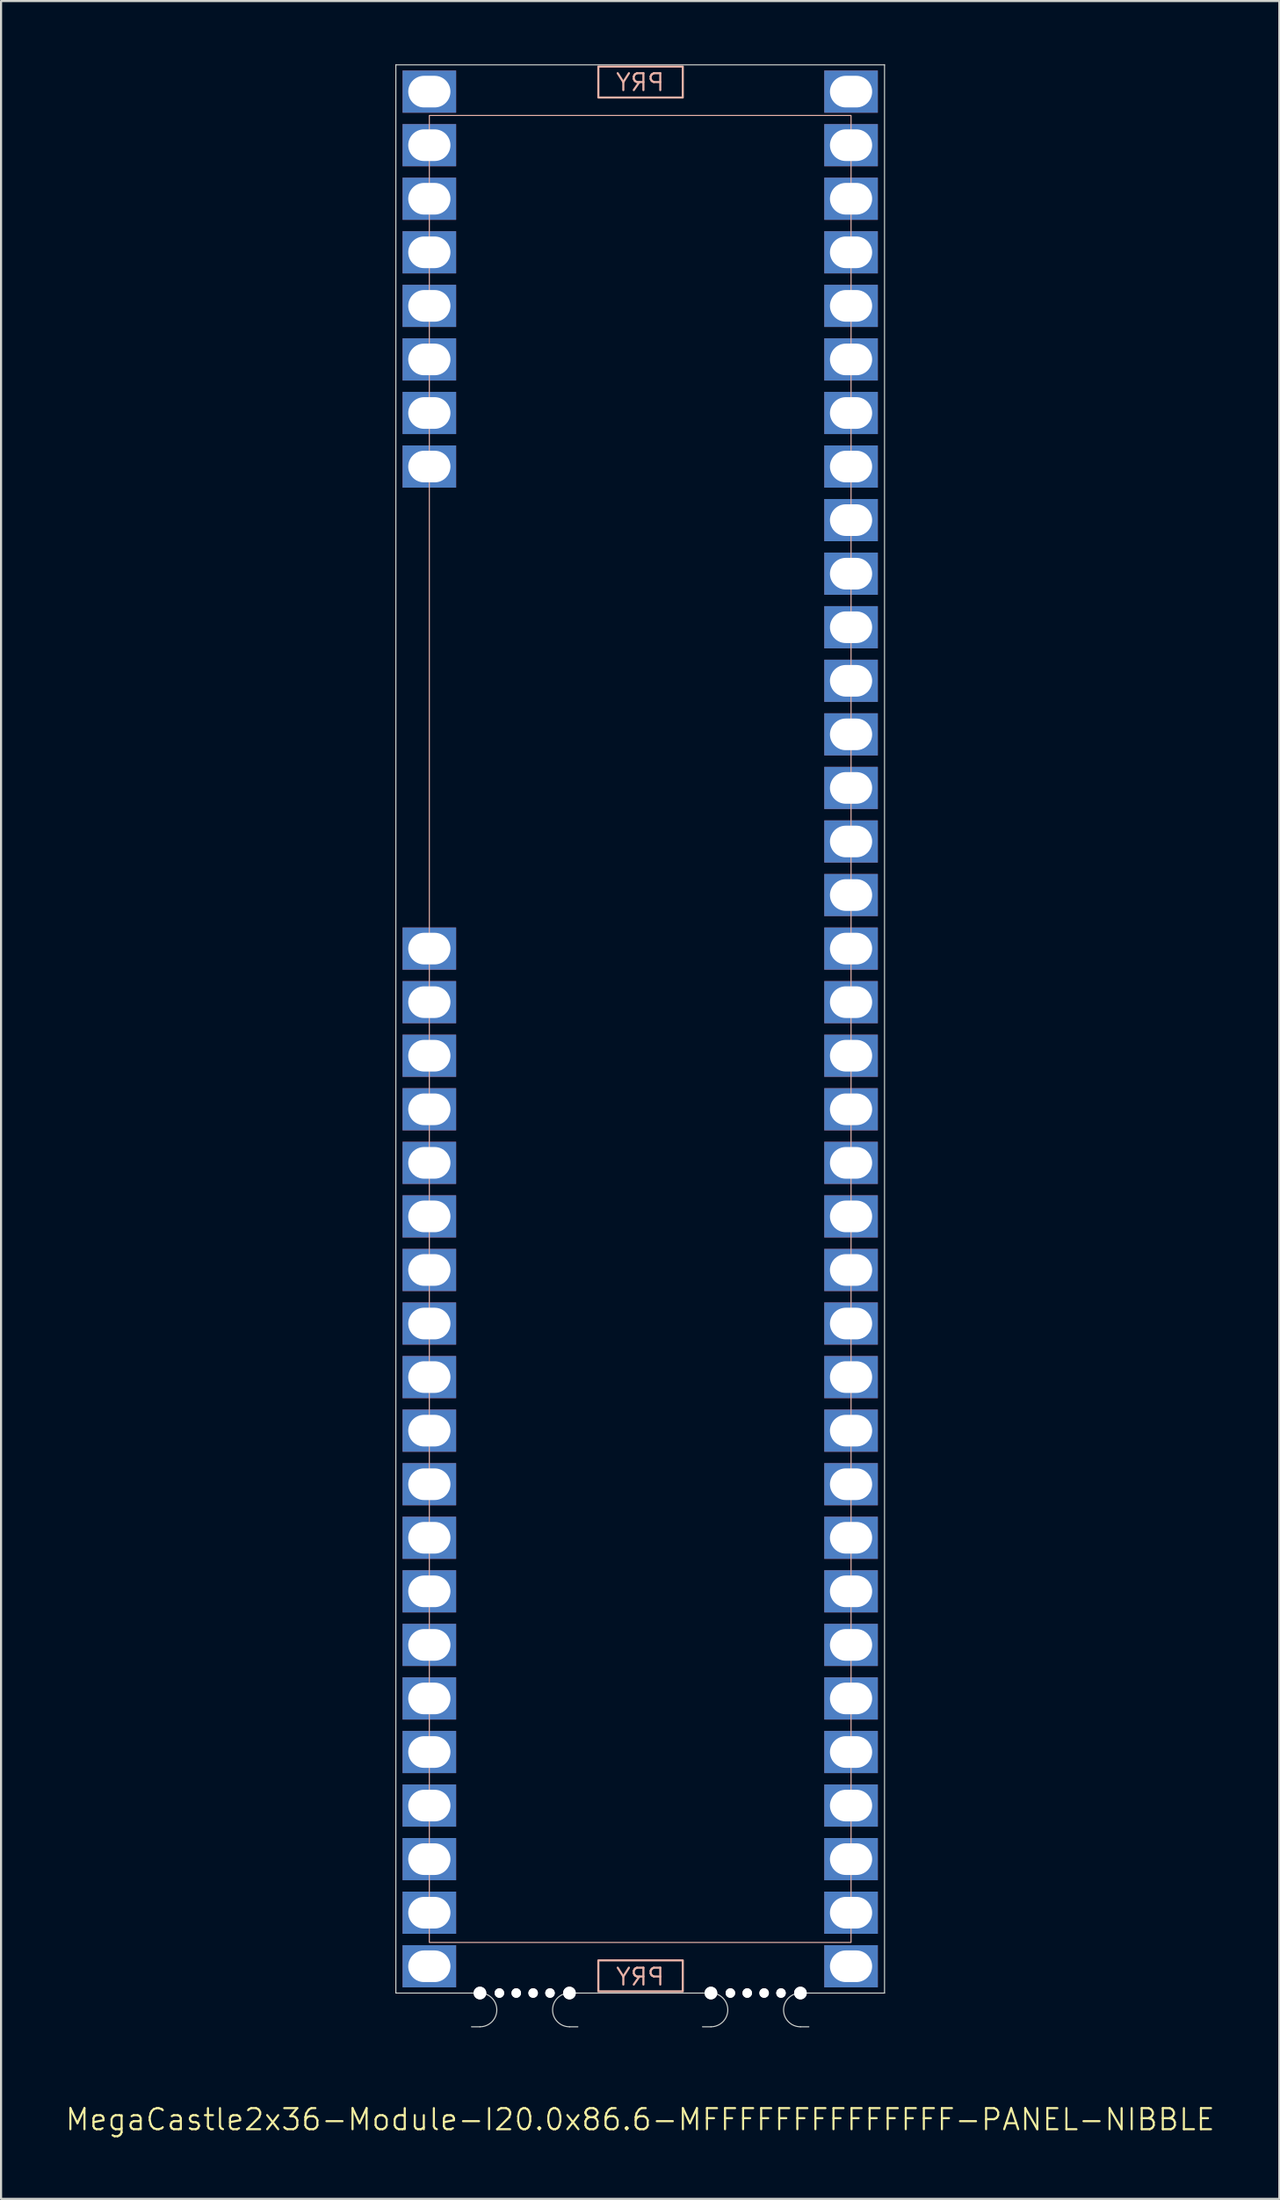
<source format=kicad_pcb>
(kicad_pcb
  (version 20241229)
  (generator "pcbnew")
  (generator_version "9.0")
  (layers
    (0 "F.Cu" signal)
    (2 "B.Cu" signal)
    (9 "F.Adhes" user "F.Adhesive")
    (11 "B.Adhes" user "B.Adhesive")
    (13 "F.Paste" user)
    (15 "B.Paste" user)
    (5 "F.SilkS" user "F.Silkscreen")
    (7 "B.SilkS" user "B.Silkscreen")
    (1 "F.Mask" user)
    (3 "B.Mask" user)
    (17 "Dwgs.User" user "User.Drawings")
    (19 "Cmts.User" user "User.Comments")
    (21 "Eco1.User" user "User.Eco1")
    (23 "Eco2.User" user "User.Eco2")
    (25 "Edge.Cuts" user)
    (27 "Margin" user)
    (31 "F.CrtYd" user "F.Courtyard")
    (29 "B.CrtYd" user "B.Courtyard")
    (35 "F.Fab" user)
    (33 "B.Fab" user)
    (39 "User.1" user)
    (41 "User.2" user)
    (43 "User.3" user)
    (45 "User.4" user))
  (footprint "MegaCastle2x36-Module-I20.0x86.6-MFFFFFFFFFFFFFF-PANEL-NIBBLE"
    (layer "F.Cu")
    (at 27.312 45.745)
    (property "Reference" "MegaCastle2x36-Module-I20.0x86.6-MFFFFFFFFFFFFFF-PANEL-NIBBLE" (at 0 51.72 0) (unlocked yes) (layer "F.SilkS") (effects (font (size 1 1) (thickness 0.1))))
    (attr smd)
    (fp_rect (start -10 43.32) (end 10 -43.32) (stroke (width 0.05) (type default)) (fill no) (layer "B.SilkS"))
    (fp_rect (start -1.984 -44.171) (end 2.02 -45.64) (stroke (width 0.1) (type default)) (fill no) (layer "B.SilkS"))
    (fp_rect (start -1.984 44.171) (end 2.02 45.64) (stroke (width 0.1) (type default)) (fill no) (layer "B.SilkS"))
    (fp_line (start -11.588 -45.72) (end -11.588 45.72) (stroke (width 0.05) (type default)) (layer "Edge.Cuts"))
    (fp_line (start -11.588 -45.72) (end 11.588 -45.72) (stroke (width 0.05) (type default)) (layer "Edge.Cuts"))
    (fp_line (start -11.588 45.72) (end -8 45.72) (stroke (width 0.05) (type default)) (layer "Edge.Cuts"))
    (fp_line (start -8 45.72) (end -7.6 45.72) (stroke (width 0.05) (type default)) (layer "Edge.Cuts"))
    (fp_line (start -8 47.32) (end -7.6 47.32) (stroke (width 0.05) (type default)) (layer "Edge.Cuts"))
    (fp_line (start -2.955 45.72) (end -3.355 45.72) (stroke (width 0.05) (type default)) (layer "Edge.Cuts"))
    (fp_line (start -2.955 45.72) (end 2.955 45.72) (stroke (width 0.05) (type default)) (layer "Edge.Cuts"))
    (fp_line (start -2.955 47.32) (end -3.355 47.32) (stroke (width 0.05) (type default)) (layer "Edge.Cuts"))
    (fp_line (start 2.955 45.72) (end 3.355 45.72) (stroke (width 0.05) (type default)) (layer "Edge.Cuts"))
    (fp_line (start 2.955 47.32) (end 3.355 47.32) (stroke (width 0.05) (type default)) (layer "Edge.Cuts"))
    (fp_line (start 8 45.72) (end 7.6 45.72) (stroke (width 0.05) (type default)) (layer "Edge.Cuts"))
    (fp_line (start 8 45.72) (end 11.588 45.72) (stroke (width 0.05) (type default)) (layer "Edge.Cuts"))
    (fp_line (start 8 47.32) (end 7.6 47.32) (stroke (width 0.05) (type default)) (layer "Edge.Cuts"))
    (fp_line (start 11.588 -45.72) (end 11.588 45.72) (stroke (width 0.05) (type default)) (layer "Edge.Cuts"))
    (fp_arc (start -7.6 45.720001) (mid -6.8 46.52) (end -7.6 47.32) (stroke (width 0.05) (type default)) (layer "Edge.Cuts"))
    (fp_arc (start -3.355 47.32) (mid -4.155 46.520001) (end -3.355 45.720001) (stroke (width 0.05) (type default)) (layer "Edge.Cuts"))
    (fp_arc (start 3.355 45.720001) (mid 4.155 46.52) (end 3.355 47.32) (stroke (width 0.05) (type default)) (layer "Edge.Cuts"))
    (fp_arc (start 7.6 47.32) (mid 6.8 46.52) (end 7.6 45.720001) (stroke (width 0.05) (type default)) (layer "Edge.Cuts"))
    (fp_text user "PRY" (at 0 -44.42 0) (unlocked yes) (layer "B.SilkS") (effects (font (size 0.8 0.8) (thickness 0.1)) (justify bottom mirror)))
    (fp_text user "PRY" (at 0 45.42 0) (unlocked yes) (layer "B.SilkS") (effects (font (size 0.8 0.8) (thickness 0.1)) (justify bottom mirror)))
    (pad "" np_thru_hole circle (at -7.6 45.72) (size 0.6 0.6) (drill 0.6) (layers "*.Cu" "Edge.Cuts"))
    (pad "" np_thru_hole circle (at -6.678 45.72) (size 0.45 0.45) (drill 0.45) (layers "*.Cu" "Edge.Cuts"))
    (pad "" np_thru_hole circle (at -5.878 45.72) (size 0.45 0.45) (drill 0.45) (layers "*.Cu" "Edge.Cuts"))
    (pad "" np_thru_hole circle (at -5.077 45.72) (size 0.45 0.45) (drill 0.45) (layers "*.Cu" "Edge.Cuts"))
    (pad "" np_thru_hole circle (at -4.277 45.72) (size 0.45 0.45) (drill 0.45) (layers "*.Cu" "Edge.Cuts"))
    (pad "" np_thru_hole circle (at -3.355 45.72) (size 0.6 0.6) (drill 0.6) (layers "*.Cu" "Edge.Cuts"))
    (pad "" np_thru_hole circle (at 3.355 45.72) (size 0.6 0.6) (drill 0.6) (layers "*.Cu" "Edge.Cuts"))
    (pad "" np_thru_hole circle (at 4.277 45.72) (size 0.45 0.45) (drill 0.45) (layers "*.Cu" "Edge.Cuts"))
    (pad "" np_thru_hole circle (at 5.077 45.72) (size 0.45 0.45) (drill 0.45) (layers "*.Cu" "Edge.Cuts"))
    (pad "" np_thru_hole circle (at 5.878 45.72) (size 0.45 0.45) (drill 0.45) (layers "*.Cu" "Edge.Cuts"))
    (pad "" np_thru_hole circle (at 6.678 45.72) (size 0.45 0.45) (drill 0.45) (layers "*.Cu" "Edge.Cuts"))
    (pad "" np_thru_hole circle (at 7.6 45.72) (size 0.6 0.6) (drill 0.6) (layers "*.Cu" "Edge.Cuts"))
    (pad "1" thru_hole rect (at -10 -44.45) (size 2.54 2) (drill oval 2 1.5) (property pad_prop_castellated) (layers "*.Cu" "*.Mask"))
    (pad "2" thru_hole rect (at -10 -41.91) (size 2.54 2) (drill oval 2 1.5) (property pad_prop_castellated) (layers "*.Cu" "*.Mask"))
    (pad "3" thru_hole rect (at -10 -39.37) (size 2.54 2) (drill oval 2 1.5) (property pad_prop_castellated) (layers "*.Cu" "*.Mask"))
    (pad "4" thru_hole rect (at -10 -36.83) (size 2.54 2) (drill oval 2 1.5) (property pad_prop_castellated) (layers "*.Cu" "*.Mask"))
    (pad "5" thru_hole rect (at -10 -34.29) (size 2.54 2) (drill oval 2 1.5) (property pad_prop_castellated) (layers "*.Cu" "*.Mask"))
    (pad "6" thru_hole rect (at -10 -31.75) (size 2.54 2) (drill oval 2 1.5) (property pad_prop_castellated) (layers "*.Cu" "*.Mask"))
    (pad "7" thru_hole rect (at -10 -29.21) (size 2.54 2) (drill oval 2 1.5) (property pad_prop_castellated) (layers "*.Cu" "*.Mask"))
    (pad "8" thru_hole rect (at -10 -26.67) (size 2.54 2) (drill oval 2 1.5) (property pad_prop_castellated) (layers "*.Cu" "*.Mask"))
    (pad "17" thru_hole rect (at -10 -3.81) (size 2.54 2) (drill oval 2 1.5) (property pad_prop_castellated) (layers "*.Cu" "*.Mask"))
    (pad "18" thru_hole rect (at -10 -1.27) (size 2.54 2) (drill oval 2 1.5) (property pad_prop_castellated) (layers "*.Cu" "*.Mask"))
    (pad "19" thru_hole rect (at -10 1.27) (size 2.54 2) (drill oval 2 1.5) (property pad_prop_castellated) (layers "*.Cu" "*.Mask"))
    (pad "20" thru_hole rect (at -10 3.81) (size 2.54 2) (drill oval 2 1.5) (property pad_prop_castellated) (layers "*.Cu" "*.Mask"))
    (pad "21" thru_hole rect (at -10 6.35) (size 2.54 2) (drill oval 2 1.5) (property pad_prop_castellated) (layers "*.Cu" "*.Mask"))
    (pad "22" thru_hole rect (at -10 8.89) (size 2.54 2) (drill oval 2 1.5) (property pad_prop_castellated) (layers "*.Cu" "*.Mask"))
    (pad "23" thru_hole rect (at -10 11.43) (size 2.54 2) (drill oval 2 1.5) (property pad_prop_castellated) (layers "*.Cu" "*.Mask"))
    (pad "24" thru_hole rect (at -10 13.97) (size 2.54 2) (drill oval 2 1.5) (property pad_prop_castellated) (layers "*.Cu" "*.Mask"))
    (pad "25" thru_hole rect (at -10 16.51) (size 2.54 2) (drill oval 2 1.5) (property pad_prop_castellated) (layers "*.Cu" "*.Mask"))
    (pad "26" thru_hole rect (at -10 19.05) (size 2.54 2) (drill oval 2 1.5) (property pad_prop_castellated) (layers "*.Cu" "*.Mask"))
    (pad "27" thru_hole rect (at -10 21.59) (size 2.54 2) (drill oval 2 1.5) (property pad_prop_castellated) (layers "*.Cu" "*.Mask"))
    (pad "28" thru_hole rect (at -10 24.13) (size 2.54 2) (drill oval 2 1.5) (property pad_prop_castellated) (layers "*.Cu" "*.Mask"))
    (pad "29" thru_hole rect (at -10 26.67) (size 2.54 2) (drill oval 2 1.5) (property pad_prop_castellated) (layers "*.Cu" "*.Mask"))
    (pad "30" thru_hole rect (at -10 29.21) (size 2.54 2) (drill oval 2 1.5) (property pad_prop_castellated) (layers "*.Cu" "*.Mask"))
    (pad "31" thru_hole rect (at -10 31.75) (size 2.54 2) (drill oval 2 1.5) (property pad_prop_castellated) (layers "*.Cu" "*.Mask"))
    (pad "32" thru_hole rect (at -10 34.29) (size 2.54 2) (drill oval 2 1.5) (property pad_prop_castellated) (layers "*.Cu" "*.Mask"))
    (pad "33" thru_hole rect (at -10 36.83) (size 2.54 2) (drill oval 2 1.5) (property pad_prop_castellated) (layers "*.Cu" "*.Mask"))
    (pad "34" thru_hole rect (at -10 39.37) (size 2.54 2) (drill oval 2 1.5) (property pad_prop_castellated) (layers "*.Cu" "*.Mask"))
    (pad "35" thru_hole rect (at -10 41.91) (size 2.54 2) (drill oval 2 1.5) (property pad_prop_castellated) (layers "*.Cu" "*.Mask"))
    (pad "36" thru_hole rect (at -10 44.45) (size 2.54 2) (drill oval 2 1.5) (property pad_prop_castellated) (layers "*.Cu" "*.Mask"))
    (pad "37" thru_hole rect (at 10 -44.45) (size 2.54 2) (drill oval 2 1.5) (property pad_prop_castellated) (layers "*.Cu" "*.Mask"))
    (pad "38" thru_hole rect (at 10 -41.91) (size 2.54 2) (drill oval 2 1.5) (property pad_prop_castellated) (layers "*.Cu" "*.Mask"))
    (pad "39" thru_hole rect (at 10 -39.37) (size 2.54 2) (drill oval 2 1.5) (property pad_prop_castellated) (layers "*.Cu" "*.Mask"))
    (pad "40" thru_hole rect (at 10 -36.83) (size 2.54 2) (drill oval 2 1.5) (property pad_prop_castellated) (layers "*.Cu" "*.Mask"))
    (pad "41" thru_hole rect (at 10 -34.29) (size 2.54 2) (drill oval 2 1.5) (property pad_prop_castellated) (layers "*.Cu" "*.Mask"))
    (pad "42" thru_hole rect (at 10 -31.75) (size 2.54 2) (drill oval 2 1.5) (property pad_prop_castellated) (layers "*.Cu" "*.Mask"))
    (pad "43" thru_hole rect (at 10 -29.21) (size 2.54 2) (drill oval 2 1.5) (property pad_prop_castellated) (layers "*.Cu" "*.Mask"))
    (pad "44" thru_hole rect (at 10 -26.67) (size 2.54 2) (drill oval 2 1.5) (property pad_prop_castellated) (layers "*.Cu" "*.Mask"))
    (pad "45" thru_hole rect (at 10 -24.13) (size 2.54 2) (drill oval 2 1.5) (property pad_prop_castellated) (layers "*.Cu" "*.Mask"))
    (pad "46" thru_hole rect (at 10 -21.59) (size 2.54 2) (drill oval 2 1.5) (property pad_prop_castellated) (layers "*.Cu" "*.Mask"))
    (pad "47" thru_hole rect (at 10 -19.05) (size 2.54 2) (drill oval 2 1.5) (property pad_prop_castellated) (layers "*.Cu" "*.Mask"))
    (pad "48" thru_hole rect (at 10 -16.51) (size 2.54 2) (drill oval 2 1.5) (property pad_prop_castellated) (layers "*.Cu" "*.Mask"))
    (pad "49" thru_hole rect (at 10 -13.97) (size 2.54 2) (drill oval 2 1.5) (property pad_prop_castellated) (layers "*.Cu" "*.Mask"))
    (pad "50" thru_hole rect (at 10 -11.43) (size 2.54 2) (drill oval 2 1.5) (property pad_prop_castellated) (layers "*.Cu" "*.Mask"))
    (pad "51" thru_hole rect (at 10 -8.89) (size 2.54 2) (drill oval 2 1.5) (property pad_prop_castellated) (layers "*.Cu" "*.Mask"))
    (pad "52" thru_hole rect (at 10 -6.35) (size 2.54 2) (drill oval 2 1.5) (property pad_prop_castellated) (layers "*.Cu" "*.Mask"))
    (pad "53" thru_hole rect (at 10 -3.81) (size 2.54 2) (drill oval 2 1.5) (property pad_prop_castellated) (layers "*.Cu" "*.Mask"))
    (pad "54" thru_hole rect (at 10 -1.27) (size 2.54 2) (drill oval 2 1.5) (property pad_prop_castellated) (layers "*.Cu" "*.Mask"))
    (pad "55" thru_hole rect (at 10 1.27) (size 2.54 2) (drill oval 2 1.5) (property pad_prop_castellated) (layers "*.Cu" "*.Mask"))
    (pad "56" thru_hole rect (at 10 3.81) (size 2.54 2) (drill oval 2 1.5) (property pad_prop_castellated) (layers "*.Cu" "*.Mask"))
    (pad "57" thru_hole rect (at 10 6.35) (size 2.54 2) (drill oval 2 1.5) (property pad_prop_castellated) (layers "*.Cu" "*.Mask"))
    (pad "58" thru_hole rect (at 10 8.89) (size 2.54 2) (drill oval 2 1.5) (property pad_prop_castellated) (layers "*.Cu" "*.Mask"))
    (pad "59" thru_hole rect (at 10 11.43) (size 2.54 2) (drill oval 2 1.5) (property pad_prop_castellated) (layers "*.Cu" "*.Mask"))
    (pad "60" thru_hole rect (at 10 13.97) (size 2.54 2) (drill oval 2 1.5) (property pad_prop_castellated) (layers "*.Cu" "*.Mask"))
    (pad "61" thru_hole rect (at 10 16.51) (size 2.54 2) (drill oval 2 1.5) (property pad_prop_castellated) (layers "*.Cu" "*.Mask"))
    (pad "62" thru_hole rect (at 10 19.05) (size 2.54 2) (drill oval 2 1.5) (property pad_prop_castellated) (layers "*.Cu" "*.Mask"))
    (pad "63" thru_hole rect (at 10 21.59) (size 2.54 2) (drill oval 2 1.5) (property pad_prop_castellated) (layers "*.Cu" "*.Mask"))
    (pad "64" thru_hole rect (at 10 24.13) (size 2.54 2) (drill oval 2 1.5) (property pad_prop_castellated) (layers "*.Cu" "*.Mask"))
    (pad "65" thru_hole rect (at 10 26.67) (size 2.54 2) (drill oval 2 1.5) (property pad_prop_castellated) (layers "*.Cu" "*.Mask"))
    (pad "66" thru_hole rect (at 10 29.21) (size 2.54 2) (drill oval 2 1.5) (property pad_prop_castellated) (layers "*.Cu" "*.Mask"))
    (pad "67" thru_hole rect (at 10 31.75) (size 2.54 2) (drill oval 2 1.5) (property pad_prop_castellated) (layers "*.Cu" "*.Mask"))
    (pad "68" thru_hole rect (at 10 34.29) (size 2.54 2) (drill oval 2 1.5) (property pad_prop_castellated) (layers "*.Cu" "*.Mask"))
    (pad "69" thru_hole rect (at 10 36.83) (size 2.54 2) (drill oval 2 1.5) (property pad_prop_castellated) (layers "*.Cu" "*.Mask"))
    (pad "70" thru_hole rect (at 10 39.37) (size 2.54 2) (drill oval 2 1.5) (property pad_prop_castellated) (layers "*.Cu" "*.Mask"))
    (pad "71" thru_hole rect (at 10 41.91) (size 2.54 2) (drill oval 2 1.5) (property pad_prop_castellated) (layers "*.Cu" "*.Mask"))
    (pad "72" thru_hole rect (at 10 44.45) (size 2.54 2) (drill oval 2 1.5) (property pad_prop_castellated) (layers "*.Cu" "*.Mask"))
    (zone (net_name "") (layer "B.Cu") (hatch edge 0.5) (connect_pads) (min_thickness 0.25) (filled_areas_thickness no) (keepout (tracks allowed) (vias allowed) (pads allowed) (copperpour allowed) (footprints not_allowed)) (placement (enabled no)) (fill) (polygon (pts (xy 17.312 91.465) (xy 17.312 0.025))))
    (zone (net_name "") (layer "B.Cu") (hatch edge 0.5) (connect_pads) (min_thickness 0.25) (filled_areas_thickness no) (keepout (tracks allowed) (vias allowed) (pads allowed) (copperpour allowed) (footprints not_allowed)) (placement (enabled no)) (fill) (polygon (pts (xy 37.312 91.465) (xy 37.312 0.025))))
    (zone (net_name "") (layer "B.Cu") (hatch edge 0.5) (connect_pads) (min_thickness 0.25) (filled_areas_thickness no) (keepout (tracks allowed) (vias allowed) (pads allowed) (copperpour allowed) (footprints not_allowed)) (placement (enabled no)) (fill) (polygon (pts (xy 17.312 0.025) (xy 17.312 2.425) (xy 37.312 2.425) (xy 37.312 0.025))))
    (zone (net_name "") (layer "B.Cu") (hatch edge 0.5) (connect_pads) (min_thickness 0.25) (filled_areas_thickness no) (keepout (tracks allowed) (vias allowed) (pads allowed) (copperpour allowed) (footprints not_allowed)) (placement (enabled no)) (fill) (polygon (pts (xy 17.312 91.465) (xy 17.312 89.065) (xy 37.312 89.065) (xy 37.312 91.465))))
    (zone (net_name "") (layer "B.Cu") (name "Upper Pry Zone") (hatch edge 0.5) (connect_pads) (min_thickness 0.25) (filled_areas_thickness no) (keepout (tracks not_allowed) (vias not_allowed) (pads not_allowed) (copperpour allowed) (footprints not_allowed)) (placement (enabled no)) (fill) (polygon (pts (xy 25.328 1.574) (xy 25.328 0.105) (xy 29.331 0.105) (xy 29.331 1.574))))
    (zone (net_name "") (layer "B.Cu") (name "Upper Pry Zone") (hatch edge 0.5) (connect_pads) (min_thickness 0.25) (filled_areas_thickness no) (keepout (tracks not_allowed) (vias not_allowed) (pads not_allowed) (copperpour allowed) (footprints not_allowed)) (placement (enabled no)) (fill) (polygon (pts (xy 25.328 89.916) (xy 25.328 91.385) (xy 29.331 91.385) (xy 29.331 89.916)))))
  (gr_rect
    (start -3 -3)
    (end 57.624 101.226)
    (stroke (width 0.1) (type default))
    (fill no)
    (layer "Edge.Cuts")))
</source>
